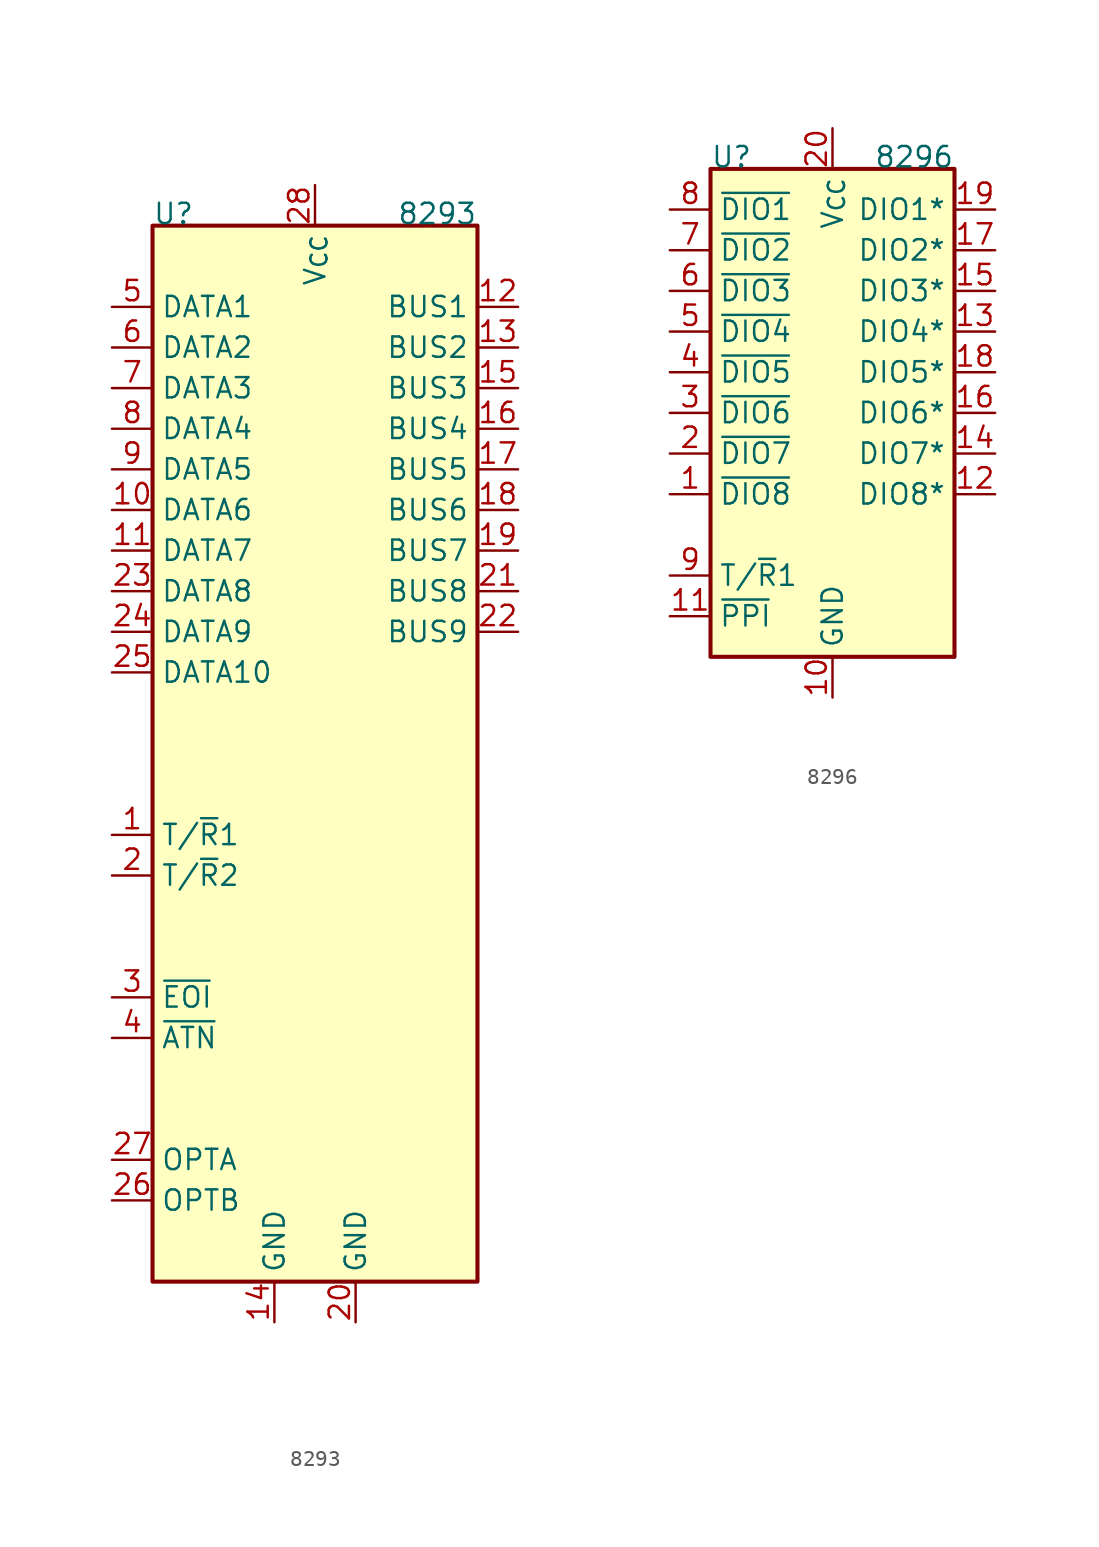
<source format=kicad_sym>
(kicad_symbol_lib
  (version 20231120)
  (generator "kicad_symbol_editor")
  (generator_version "8.0")
  (symbol "8293"
    (property "Reference" "U"
      (at -10.16 33.02 0)
      (effects (font (size 1.27 1.27)) (justify left bottom)))
    (property "Value" "8293"
      (at 10.16 33.02 0)
      (effects (font (size 1.27 1.27)) (justify right bottom)))
    (symbol "8293_0_1"
      (rectangle (start -10.16 33.02) (end 10.16 -33.02) (stroke (width 0.254) (type default)) (fill (type background))))
    (symbol "8293_1_1"
      (pin input line (at -12.7 -5.08 0) (length 2.54) (name "T/~{R}1" (effects (font (size 1.27 1.27)))) (number "1" (effects (font (size 1.27 1.27)))))
      (pin bidirectional line (at -12.7 15.24 0) (length 2.54) (name "DATA6" (effects (font (size 1.27 1.27)))) (number "10" (effects (font (size 1.27 1.27)))))
      (pin bidirectional line (at -12.7 12.7 0) (length 2.54) (name "DATA7" (effects (font (size 1.27 1.27)))) (number "11" (effects (font (size 1.27 1.27)))))
      (pin bidirectional line (at 12.7 27.94 180) (length 2.54) (name "BUS1" (effects (font (size 1.27 1.27)))) (number "12" (effects (font (size 1.27 1.27)))))
      (pin bidirectional line (at 12.7 25.4 180) (length 2.54) (name "BUS2" (effects (font (size 1.27 1.27)))) (number "13" (effects (font (size 1.27 1.27)))))
      (pin power_in line (at -2.54 -35.56 90) (length 2.54) (name "GND" (effects (font (size 1.27 1.27)))) (number "14" (effects (font (size 1.27 1.27)))))
      (pin bidirectional line (at 12.7 22.86 180) (length 2.54) (name "BUS3" (effects (font (size 1.27 1.27)))) (number "15" (effects (font (size 1.27 1.27)))))
      (pin bidirectional line (at 12.7 20.32 180) (length 2.54) (name "BUS4" (effects (font (size 1.27 1.27)))) (number "16" (effects (font (size 1.27 1.27)))))
      (pin bidirectional line (at 12.7 17.78 180) (length 2.54) (name "BUS5" (effects (font (size 1.27 1.27)))) (number "17" (effects (font (size 1.27 1.27)))))
      (pin bidirectional line (at 12.7 15.24 180) (length 2.54) (name "BUS6" (effects (font (size 1.27 1.27)))) (number "18" (effects (font (size 1.27 1.27)))))
      (pin bidirectional line (at 12.7 12.7 180) (length 2.54) (name "BUS7" (effects (font (size 1.27 1.27)))) (number "19" (effects (font (size 1.27 1.27)))))
      (pin input line (at -12.7 -7.62 0) (length 2.54) (name "T/~{R}2" (effects (font (size 1.27 1.27)))) (number "2" (effects (font (size 1.27 1.27)))))
      (pin power_in line (at 2.54 -35.56 90) (length 2.54) (name "GND" (effects (font (size 1.27 1.27)))) (number "20" (effects (font (size 1.27 1.27)))))
      (pin bidirectional line (at 12.7 10.16 180) (length 2.54) (name "BUS8" (effects (font (size 1.27 1.27)))) (number "21" (effects (font (size 1.27 1.27)))))
      (pin bidirectional line (at 12.7 7.62 180) (length 2.54) (name "BUS9" (effects (font (size 1.27 1.27)))) (number "22" (effects (font (size 1.27 1.27)))))
      (pin bidirectional line (at -12.7 10.16 0) (length 2.54) (name "DATA8" (effects (font (size 1.27 1.27)))) (number "23" (effects (font (size 1.27 1.27)))))
      (pin bidirectional line (at -12.7 7.62 0) (length 2.54) (name "DATA9" (effects (font (size 1.27 1.27)))) (number "24" (effects (font (size 1.27 1.27)))))
      (pin bidirectional line (at -12.7 5.08 0) (length 2.54) (name "DATA10" (effects (font (size 1.27 1.27)))) (number "25" (effects (font (size 1.27 1.27)))))
      (pin input line (at -12.7 -27.94 0) (length 2.54) (name "OPTB" (effects (font (size 1.27 1.27)))) (number "26" (effects (font (size 1.27 1.27)))))
      (pin input line (at -12.7 -25.4 0) (length 2.54) (name "OPTA" (effects (font (size 1.27 1.27)))) (number "27" (effects (font (size 1.27 1.27)))))
      (pin power_in line (at 0 35.56 270) (length 2.54) (name "V_{CC}" (effects (font (size 1.27 1.27)))) (number "28" (effects (font (size 1.27 1.27)))))
      (pin bidirectional line (at -12.7 -15.24 0) (length 2.54) (name "~{EOI}" (effects (font (size 1.27 1.27)))) (number "3" (effects (font (size 1.27 1.27)))))
      (pin output line (at -12.7 -17.78 0) (length 2.54) (name "~{ATN}" (effects (font (size 1.27 1.27)))) (number "4" (effects (font (size 1.27 1.27)))))
      (pin bidirectional line (at -12.7 27.94 0) (length 2.54) (name "DATA1" (effects (font (size 1.27 1.27)))) (number "5" (effects (font (size 1.27 1.27)))))
      (pin bidirectional line (at -12.7 25.4 0) (length 2.54) (name "DATA2" (effects (font (size 1.27 1.27)))) (number "6" (effects (font (size 1.27 1.27)))))
      (pin bidirectional line (at -12.7 22.86 0) (length 2.54) (name "DATA3" (effects (font (size 1.27 1.27)))) (number "7" (effects (font (size 1.27 1.27)))))
      (pin bidirectional line (at -12.7 20.32 0) (length 2.54) (name "DATA4" (effects (font (size 1.27 1.27)))) (number "8" (effects (font (size 1.27 1.27)))))
      (pin bidirectional line (at -12.7 17.78 0) (length 2.54) (name "DATA5" (effects (font (size 1.27 1.27)))) (number "9" (effects (font (size 1.27 1.27)))))))
  (symbol "8296"
    (property "Reference" "U"
      (at -7.62 15.24 0)
      (effects (font (size 1.27 1.27)) (justify left bottom)))
    (property "Value" "8296"
      (at 7.62 15.24 0)
      (effects (font (size 1.27 1.27)) (justify right bottom)))
    (symbol "8296_1_1"
      (rectangle (start -7.62 15.24) (end 7.62 -15.24) (stroke (width 0.254) (type default)) (fill (type background)))
      (pin bidirectional line (at -10.16 -5.08 0) (length 2.54) (name "~{DIO8}" (effects (font (size 1.27 1.27)))) (number "1" (effects (font (size 1.27 1.27)))))
      (pin power_in line (at 0 -17.78 90) (length 2.54) (name "GND" (effects (font (size 1.27 1.27)))) (number "10" (effects (font (size 1.27 1.27)))))
      (pin input line (at -10.16 -12.7 0) (length 2.54) (name "~{PPI}" (effects (font (size 1.27 1.27)))) (number "11" (effects (font (size 1.27 1.27)))))
      (pin bidirectional line (at 10.16 -5.08 180) (length 2.54) (name "DIO8*" (effects (font (size 1.27 1.27)))) (number "12" (effects (font (size 1.27 1.27)))))
      (pin bidirectional line (at 10.16 5.08 180) (length 2.54) (name "DIO4*" (effects (font (size 1.27 1.27)))) (number "13" (effects (font (size 1.27 1.27)))))
      (pin bidirectional line (at 10.16 -2.54 180) (length 2.54) (name "DIO7*" (effects (font (size 1.27 1.27)))) (number "14" (effects (font (size 1.27 1.27)))))
      (pin bidirectional line (at 10.16 7.62 180) (length 2.54) (name "DIO3*" (effects (font (size 1.27 1.27)))) (number "15" (effects (font (size 1.27 1.27)))))
      (pin bidirectional line (at 10.16 0 180) (length 2.54) (name "DIO6*" (effects (font (size 1.27 1.27)))) (number "16" (effects (font (size 1.27 1.27)))))
      (pin bidirectional line (at 10.16 10.16 180) (length 2.54) (name "DIO2*" (effects (font (size 1.27 1.27)))) (number "17" (effects (font (size 1.27 1.27)))))
      (pin bidirectional line (at 10.16 2.54 180) (length 2.54) (name "DIO5*" (effects (font (size 1.27 1.27)))) (number "18" (effects (font (size 1.27 1.27)))))
      (pin bidirectional line (at 10.16 12.7 180) (length 2.54) (name "DIO1*" (effects (font (size 1.27 1.27)))) (number "19" (effects (font (size 1.27 1.27)))))
      (pin bidirectional line (at -10.16 -2.54 0) (length 2.54) (name "~{DIO7}" (effects (font (size 1.27 1.27)))) (number "2" (effects (font (size 1.27 1.27)))))
      (pin power_in line (at 0 17.78 270) (length 2.54) (name "V_{CC}" (effects (font (size 1.27 1.27)))) (number "20" (effects (font (size 1.27 1.27)))))
      (pin bidirectional line (at -10.16 0 0) (length 2.54) (name "~{DIO6}" (effects (font (size 1.27 1.27)))) (number "3" (effects (font (size 1.27 1.27)))))
      (pin bidirectional line (at -10.16 2.54 0) (length 2.54) (name "~{DIO5}" (effects (font (size 1.27 1.27)))) (number "4" (effects (font (size 1.27 1.27)))))
      (pin bidirectional line (at -10.16 5.08 0) (length 2.54) (name "~{DIO4}" (effects (font (size 1.27 1.27)))) (number "5" (effects (font (size 1.27 1.27)))))
      (pin bidirectional line (at -10.16 7.62 0) (length 2.54) (name "~{DIO3}" (effects (font (size 1.27 1.27)))) (number "6" (effects (font (size 1.27 1.27)))))
      (pin bidirectional line (at -10.16 10.16 0) (length 2.54) (name "~{DIO2}" (effects (font (size 1.27 1.27)))) (number "7" (effects (font (size 1.27 1.27)))))
      (pin bidirectional line (at -10.16 12.7 0) (length 2.54) (name "~{DIO1}" (effects (font (size 1.27 1.27)))) (number "8" (effects (font (size 1.27 1.27)))))
      (pin input line (at -10.16 -10.16 0) (length 2.54) (name "T/~{R}1" (effects (font (size 1.27 1.27)))) (number "9" (effects (font (size 1.27 1.27))))))))
</source>
